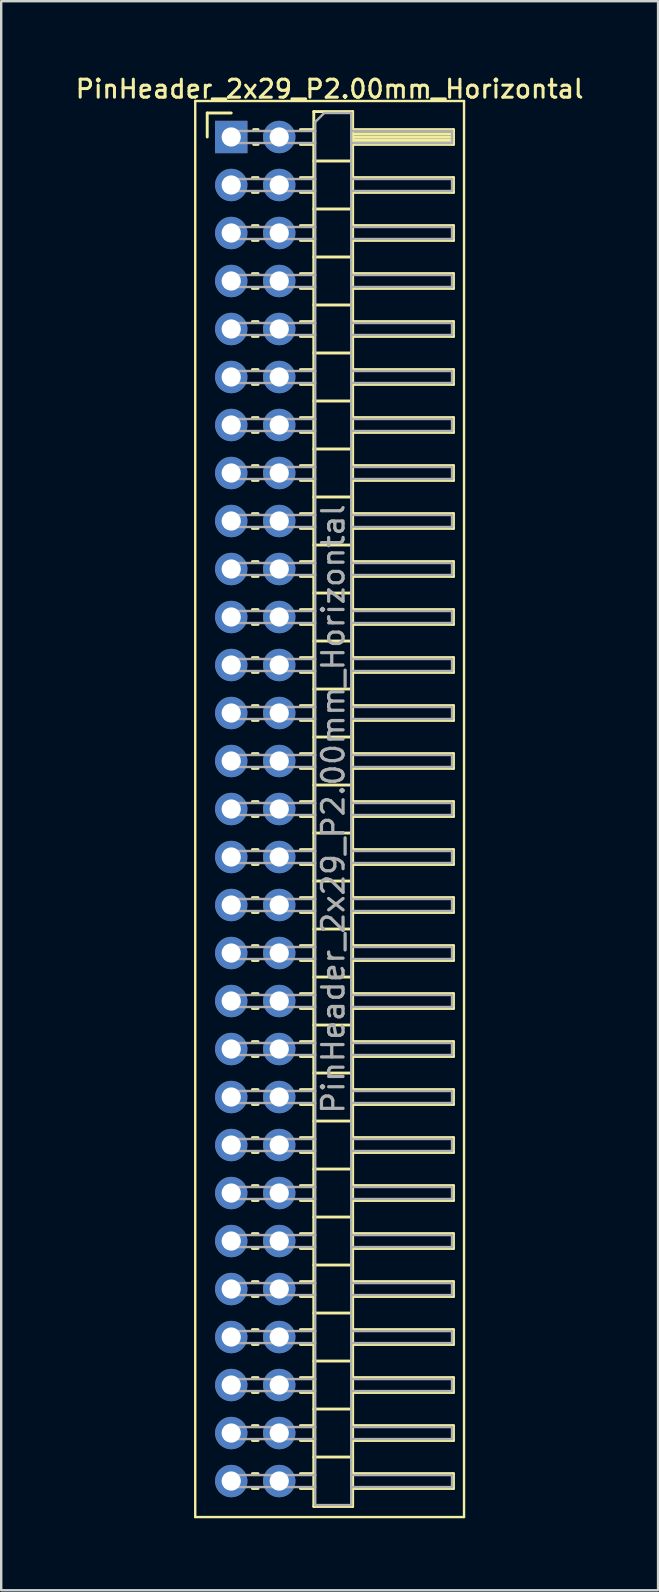
<source format=kicad_pcb>
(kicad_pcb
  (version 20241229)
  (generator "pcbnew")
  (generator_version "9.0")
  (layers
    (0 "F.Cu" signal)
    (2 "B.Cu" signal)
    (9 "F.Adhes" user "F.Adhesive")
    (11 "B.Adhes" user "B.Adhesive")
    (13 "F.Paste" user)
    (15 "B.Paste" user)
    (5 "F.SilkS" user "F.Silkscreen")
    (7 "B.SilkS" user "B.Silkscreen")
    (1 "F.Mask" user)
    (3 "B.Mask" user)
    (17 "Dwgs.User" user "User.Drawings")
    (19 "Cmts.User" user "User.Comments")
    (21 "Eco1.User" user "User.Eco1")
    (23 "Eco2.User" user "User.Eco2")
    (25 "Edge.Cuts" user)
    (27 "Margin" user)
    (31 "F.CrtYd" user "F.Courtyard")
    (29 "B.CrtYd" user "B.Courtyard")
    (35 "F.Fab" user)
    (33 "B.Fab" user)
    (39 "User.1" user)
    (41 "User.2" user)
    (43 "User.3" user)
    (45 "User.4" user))
  (footprint "PinHeader_2x29_P2.00mm_Horizontal"
    (layer "F.Cu")
    (at 6.584 2.658)
    (property "Reference" "PinHeader_2x29_P2.00mm_Horizontal" (at 4.1 -2 0) (layer "F.SilkS") (effects (font (size 0.75 0.75) (thickness 0.125))))
    (attr through_hole)
    (fp_line (start -1.5 -1.5) (end -1.5 57.5) (stroke (width 0.1) (type solid)) (layer "F.SilkS"))
    (fp_line (start -1.5 57.5) (end 9.7 57.5) (stroke (width 0.1) (type solid)) (layer "F.SilkS"))
    (fp_line (start -1 -1) (end 0 -1) (stroke (width 0.12) (type solid)) (layer "F.SilkS"))
    (fp_line (start -1 0) (end -1 -1) (stroke (width 0.12) (type solid)) (layer "F.SilkS"))
    (fp_line (start 0.882 1.69) (end 1.118 1.69) (stroke (width 0.12) (type solid)) (layer "F.SilkS"))
    (fp_line (start 0.882 2.31) (end 1.118 2.31) (stroke (width 0.12) (type solid)) (layer "F.SilkS"))
    (fp_line (start 0.882 3.69) (end 1.118 3.69) (stroke (width 0.12) (type solid)) (layer "F.SilkS"))
    (fp_line (start 0.882 4.31) (end 1.118 4.31) (stroke (width 0.12) (type solid)) (layer "F.SilkS"))
    (fp_line (start 0.882 5.69) (end 1.118 5.69) (stroke (width 0.12) (type solid)) (layer "F.SilkS"))
    (fp_line (start 0.882 6.31) (end 1.118 6.31) (stroke (width 0.12) (type solid)) (layer "F.SilkS"))
    (fp_line (start 0.882 7.69) (end 1.118 7.69) (stroke (width 0.12) (type solid)) (layer "F.SilkS"))
    (fp_line (start 0.882 8.31) (end 1.118 8.31) (stroke (width 0.12) (type solid)) (layer "F.SilkS"))
    (fp_line (start 0.882 9.69) (end 1.118 9.69) (stroke (width 0.12) (type solid)) (layer "F.SilkS"))
    (fp_line (start 0.882 10.31) (end 1.118 10.31) (stroke (width 0.12) (type solid)) (layer "F.SilkS"))
    (fp_line (start 0.882 11.69) (end 1.118 11.69) (stroke (width 0.12) (type solid)) (layer "F.SilkS"))
    (fp_line (start 0.882 12.31) (end 1.118 12.31) (stroke (width 0.12) (type solid)) (layer "F.SilkS"))
    (fp_line (start 0.882 13.69) (end 1.118 13.69) (stroke (width 0.12) (type solid)) (layer "F.SilkS"))
    (fp_line (start 0.882 14.31) (end 1.118 14.31) (stroke (width 0.12) (type solid)) (layer "F.SilkS"))
    (fp_line (start 0.882 15.69) (end 1.118 15.69) (stroke (width 0.12) (type solid)) (layer "F.SilkS"))
    (fp_line (start 0.882 16.31) (end 1.118 16.31) (stroke (width 0.12) (type solid)) (layer "F.SilkS"))
    (fp_line (start 0.882 17.69) (end 1.118 17.69) (stroke (width 0.12) (type solid)) (layer "F.SilkS"))
    (fp_line (start 0.882 18.31) (end 1.118 18.31) (stroke (width 0.12) (type solid)) (layer "F.SilkS"))
    (fp_line (start 0.882 19.69) (end 1.118 19.69) (stroke (width 0.12) (type solid)) (layer "F.SilkS"))
    (fp_line (start 0.882 20.31) (end 1.118 20.31) (stroke (width 0.12) (type solid)) (layer "F.SilkS"))
    (fp_line (start 0.882 21.69) (end 1.118 21.69) (stroke (width 0.12) (type solid)) (layer "F.SilkS"))
    (fp_line (start 0.882 22.31) (end 1.118 22.31) (stroke (width 0.12) (type solid)) (layer "F.SilkS"))
    (fp_line (start 0.882 23.69) (end 1.118 23.69) (stroke (width 0.12) (type solid)) (layer "F.SilkS"))
    (fp_line (start 0.882 24.31) (end 1.118 24.31) (stroke (width 0.12) (type solid)) (layer "F.SilkS"))
    (fp_line (start 0.882 25.69) (end 1.118 25.69) (stroke (width 0.12) (type solid)) (layer "F.SilkS"))
    (fp_line (start 0.882 26.31) (end 1.118 26.31) (stroke (width 0.12) (type solid)) (layer "F.SilkS"))
    (fp_line (start 0.882 27.69) (end 1.118 27.69) (stroke (width 0.12) (type solid)) (layer "F.SilkS"))
    (fp_line (start 0.882 28.31) (end 1.118 28.31) (stroke (width 0.12) (type solid)) (layer "F.SilkS"))
    (fp_line (start 0.882 29.69) (end 1.118 29.69) (stroke (width 0.12) (type solid)) (layer "F.SilkS"))
    (fp_line (start 0.882 30.31) (end 1.118 30.31) (stroke (width 0.12) (type solid)) (layer "F.SilkS"))
    (fp_line (start 0.882 31.69) (end 1.118 31.69) (stroke (width 0.12) (type solid)) (layer "F.SilkS"))
    (fp_line (start 0.882 32.31) (end 1.118 32.31) (stroke (width 0.12) (type solid)) (layer "F.SilkS"))
    (fp_line (start 0.882 33.69) (end 1.118 33.69) (stroke (width 0.12) (type solid)) (layer "F.SilkS"))
    (fp_line (start 0.882 34.31) (end 1.118 34.31) (stroke (width 0.12) (type solid)) (layer "F.SilkS"))
    (fp_line (start 0.882 35.69) (end 1.118 35.69) (stroke (width 0.12) (type solid)) (layer "F.SilkS"))
    (fp_line (start 0.882 36.31) (end 1.118 36.31) (stroke (width 0.12) (type solid)) (layer "F.SilkS"))
    (fp_line (start 0.882 37.69) (end 1.118 37.69) (stroke (width 0.12) (type solid)) (layer "F.SilkS"))
    (fp_line (start 0.882 38.31) (end 1.118 38.31) (stroke (width 0.12) (type solid)) (layer "F.SilkS"))
    (fp_line (start 0.882 39.69) (end 1.118 39.69) (stroke (width 0.12) (type solid)) (layer "F.SilkS"))
    (fp_line (start 0.882 40.31) (end 1.118 40.31) (stroke (width 0.12) (type solid)) (layer "F.SilkS"))
    (fp_line (start 0.882 41.69) (end 1.118 41.69) (stroke (width 0.12) (type solid)) (layer "F.SilkS"))
    (fp_line (start 0.882 42.31) (end 1.118 42.31) (stroke (width 0.12) (type solid)) (layer "F.SilkS"))
    (fp_line (start 0.882 43.69) (end 1.118 43.69) (stroke (width 0.12) (type solid)) (layer "F.SilkS"))
    (fp_line (start 0.882 44.31) (end 1.118 44.31) (stroke (width 0.12) (type solid)) (layer "F.SilkS"))
    (fp_line (start 0.882 45.69) (end 1.118 45.69) (stroke (width 0.12) (type solid)) (layer "F.SilkS"))
    (fp_line (start 0.882 46.31) (end 1.118 46.31) (stroke (width 0.12) (type solid)) (layer "F.SilkS"))
    (fp_line (start 0.882 47.69) (end 1.118 47.69) (stroke (width 0.12) (type solid)) (layer "F.SilkS"))
    (fp_line (start 0.882 48.31) (end 1.118 48.31) (stroke (width 0.12) (type solid)) (layer "F.SilkS"))
    (fp_line (start 0.882 49.69) (end 1.118 49.69) (stroke (width 0.12) (type solid)) (layer "F.SilkS"))
    (fp_line (start 0.882 50.31) (end 1.118 50.31) (stroke (width 0.12) (type solid)) (layer "F.SilkS"))
    (fp_line (start 0.882 51.69) (end 1.118 51.69) (stroke (width 0.12) (type solid)) (layer "F.SilkS"))
    (fp_line (start 0.882 52.31) (end 1.118 52.31) (stroke (width 0.12) (type solid)) (layer "F.SilkS"))
    (fp_line (start 0.882 53.69) (end 1.118 53.69) (stroke (width 0.12) (type solid)) (layer "F.SilkS"))
    (fp_line (start 0.882 54.31) (end 1.118 54.31) (stroke (width 0.12) (type solid)) (layer "F.SilkS"))
    (fp_line (start 0.882 55.69) (end 1.118 55.69) (stroke (width 0.12) (type solid)) (layer "F.SilkS"))
    (fp_line (start 0.882 56.31) (end 1.118 56.31) (stroke (width 0.12) (type solid)) (layer "F.SilkS"))
    (fp_line (start 0.935 -0.31) (end 1.118 -0.31) (stroke (width 0.12) (type solid)) (layer "F.SilkS"))
    (fp_line (start 0.935 0.31) (end 1.118 0.31) (stroke (width 0.12) (type solid)) (layer "F.SilkS"))
    (fp_line (start 2.882 -0.31) (end 3.44 -0.31) (stroke (width 0.12) (type solid)) (layer "F.SilkS"))
    (fp_line (start 2.882 0.31) (end 3.44 0.31) (stroke (width 0.12) (type solid)) (layer "F.SilkS"))
    (fp_line (start 2.882 1.69) (end 3.44 1.69) (stroke (width 0.12) (type solid)) (layer "F.SilkS"))
    (fp_line (start 2.882 2.31) (end 3.44 2.31) (stroke (width 0.12) (type solid)) (layer "F.SilkS"))
    (fp_line (start 2.882 3.69) (end 3.44 3.69) (stroke (width 0.12) (type solid)) (layer "F.SilkS"))
    (fp_line (start 2.882 4.31) (end 3.44 4.31) (stroke (width 0.12) (type solid)) (layer "F.SilkS"))
    (fp_line (start 2.882 5.69) (end 3.44 5.69) (stroke (width 0.12) (type solid)) (layer "F.SilkS"))
    (fp_line (start 2.882 6.31) (end 3.44 6.31) (stroke (width 0.12) (type solid)) (layer "F.SilkS"))
    (fp_line (start 2.882 7.69) (end 3.44 7.69) (stroke (width 0.12) (type solid)) (layer "F.SilkS"))
    (fp_line (start 2.882 8.31) (end 3.44 8.31) (stroke (width 0.12) (type solid)) (layer "F.SilkS"))
    (fp_line (start 2.882 9.69) (end 3.44 9.69) (stroke (width 0.12) (type solid)) (layer "F.SilkS"))
    (fp_line (start 2.882 10.31) (end 3.44 10.31) (stroke (width 0.12) (type solid)) (layer "F.SilkS"))
    (fp_line (start 2.882 11.69) (end 3.44 11.69) (stroke (width 0.12) (type solid)) (layer "F.SilkS"))
    (fp_line (start 2.882 12.31) (end 3.44 12.31) (stroke (width 0.12) (type solid)) (layer "F.SilkS"))
    (fp_line (start 2.882 13.69) (end 3.44 13.69) (stroke (width 0.12) (type solid)) (layer "F.SilkS"))
    (fp_line (start 2.882 14.31) (end 3.44 14.31) (stroke (width 0.12) (type solid)) (layer "F.SilkS"))
    (fp_line (start 2.882 15.69) (end 3.44 15.69) (stroke (width 0.12) (type solid)) (layer "F.SilkS"))
    (fp_line (start 2.882 16.31) (end 3.44 16.31) (stroke (width 0.12) (type solid)) (layer "F.SilkS"))
    (fp_line (start 2.882 17.69) (end 3.44 17.69) (stroke (width 0.12) (type solid)) (layer "F.SilkS"))
    (fp_line (start 2.882 18.31) (end 3.44 18.31) (stroke (width 0.12) (type solid)) (layer "F.SilkS"))
    (fp_line (start 2.882 19.69) (end 3.44 19.69) (stroke (width 0.12) (type solid)) (layer "F.SilkS"))
    (fp_line (start 2.882 20.31) (end 3.44 20.31) (stroke (width 0.12) (type solid)) (layer "F.SilkS"))
    (fp_line (start 2.882 21.69) (end 3.44 21.69) (stroke (width 0.12) (type solid)) (layer "F.SilkS"))
    (fp_line (start 2.882 22.31) (end 3.44 22.31) (stroke (width 0.12) (type solid)) (layer "F.SilkS"))
    (fp_line (start 2.882 23.69) (end 3.44 23.69) (stroke (width 0.12) (type solid)) (layer "F.SilkS"))
    (fp_line (start 2.882 24.31) (end 3.44 24.31) (stroke (width 0.12) (type solid)) (layer "F.SilkS"))
    (fp_line (start 2.882 25.69) (end 3.44 25.69) (stroke (width 0.12) (type solid)) (layer "F.SilkS"))
    (fp_line (start 2.882 26.31) (end 3.44 26.31) (stroke (width 0.12) (type solid)) (layer "F.SilkS"))
    (fp_line (start 2.882 27.69) (end 3.44 27.69) (stroke (width 0.12) (type solid)) (layer "F.SilkS"))
    (fp_line (start 2.882 28.31) (end 3.44 28.31) (stroke (width 0.12) (type solid)) (layer "F.SilkS"))
    (fp_line (start 2.882 29.69) (end 3.44 29.69) (stroke (width 0.12) (type solid)) (layer "F.SilkS"))
    (fp_line (start 2.882 30.31) (end 3.44 30.31) (stroke (width 0.12) (type solid)) (layer "F.SilkS"))
    (fp_line (start 2.882 31.69) (end 3.44 31.69) (stroke (width 0.12) (type solid)) (layer "F.SilkS"))
    (fp_line (start 2.882 32.31) (end 3.44 32.31) (stroke (width 0.12) (type solid)) (layer "F.SilkS"))
    (fp_line (start 2.882 33.69) (end 3.44 33.69) (stroke (width 0.12) (type solid)) (layer "F.SilkS"))
    (fp_line (start 2.882 34.31) (end 3.44 34.31) (stroke (width 0.12) (type solid)) (layer "F.SilkS"))
    (fp_line (start 2.882 35.69) (end 3.44 35.69) (stroke (width 0.12) (type solid)) (layer "F.SilkS"))
    (fp_line (start 2.882 36.31) (end 3.44 36.31) (stroke (width 0.12) (type solid)) (layer "F.SilkS"))
    (fp_line (start 2.882 37.69) (end 3.44 37.69) (stroke (width 0.12) (type solid)) (layer "F.SilkS"))
    (fp_line (start 2.882 38.31) (end 3.44 38.31) (stroke (width 0.12) (type solid)) (layer "F.SilkS"))
    (fp_line (start 2.882 39.69) (end 3.44 39.69) (stroke (width 0.12) (type solid)) (layer "F.SilkS"))
    (fp_line (start 2.882 40.31) (end 3.44 40.31) (stroke (width 0.12) (type solid)) (layer "F.SilkS"))
    (fp_line (start 2.882 41.69) (end 3.44 41.69) (stroke (width 0.12) (type solid)) (layer "F.SilkS"))
    (fp_line (start 2.882 42.31) (end 3.44 42.31) (stroke (width 0.12) (type solid)) (layer "F.SilkS"))
    (fp_line (start 2.882 43.69) (end 3.44 43.69) (stroke (width 0.12) (type solid)) (layer "F.SilkS"))
    (fp_line (start 2.882 44.31) (end 3.44 44.31) (stroke (width 0.12) (type solid)) (layer "F.SilkS"))
    (fp_line (start 2.882 45.69) (end 3.44 45.69) (stroke (width 0.12) (type solid)) (layer "F.SilkS"))
    (fp_line (start 2.882 46.31) (end 3.44 46.31) (stroke (width 0.12) (type solid)) (layer "F.SilkS"))
    (fp_line (start 2.882 47.69) (end 3.44 47.69) (stroke (width 0.12) (type solid)) (layer "F.SilkS"))
    (fp_line (start 2.882 48.31) (end 3.44 48.31) (stroke (width 0.12) (type solid)) (layer "F.SilkS"))
    (fp_line (start 2.882 49.69) (end 3.44 49.69) (stroke (width 0.12) (type solid)) (layer "F.SilkS"))
    (fp_line (start 2.882 50.31) (end 3.44 50.31) (stroke (width 0.12) (type solid)) (layer "F.SilkS"))
    (fp_line (start 2.882 51.69) (end 3.44 51.69) (stroke (width 0.12) (type solid)) (layer "F.SilkS"))
    (fp_line (start 2.882 52.31) (end 3.44 52.31) (stroke (width 0.12) (type solid)) (layer "F.SilkS"))
    (fp_line (start 2.882 53.69) (end 3.44 53.69) (stroke (width 0.12) (type solid)) (layer "F.SilkS"))
    (fp_line (start 2.882 54.31) (end 3.44 54.31) (stroke (width 0.12) (type solid)) (layer "F.SilkS"))
    (fp_line (start 2.882 55.69) (end 3.44 55.69) (stroke (width 0.12) (type solid)) (layer "F.SilkS"))
    (fp_line (start 2.882 56.31) (end 3.44 56.31) (stroke (width 0.12) (type solid)) (layer "F.SilkS"))
    (fp_line (start 3.44 -1.06) (end 3.44 57.06) (stroke (width 0.12) (type solid)) (layer "F.SilkS"))
    (fp_line (start 3.44 1) (end 5.06 1) (stroke (width 0.12) (type solid)) (layer "F.SilkS"))
    (fp_line (start 3.44 3) (end 5.06 3) (stroke (width 0.12) (type solid)) (layer "F.SilkS"))
    (fp_line (start 3.44 5) (end 5.06 5) (stroke (width 0.12) (type solid)) (layer "F.SilkS"))
    (fp_line (start 3.44 7) (end 5.06 7) (stroke (width 0.12) (type solid)) (layer "F.SilkS"))
    (fp_line (start 3.44 9) (end 5.06 9) (stroke (width 0.12) (type solid)) (layer "F.SilkS"))
    (fp_line (start 3.44 11) (end 5.06 11) (stroke (width 0.12) (type solid)) (layer "F.SilkS"))
    (fp_line (start 3.44 13) (end 5.06 13) (stroke (width 0.12) (type solid)) (layer "F.SilkS"))
    (fp_line (start 3.44 15) (end 5.06 15) (stroke (width 0.12) (type solid)) (layer "F.SilkS"))
    (fp_line (start 3.44 17) (end 5.06 17) (stroke (width 0.12) (type solid)) (layer "F.SilkS"))
    (fp_line (start 3.44 19) (end 5.06 19) (stroke (width 0.12) (type solid)) (layer "F.SilkS"))
    (fp_line (start 3.44 21) (end 5.06 21) (stroke (width 0.12) (type solid)) (layer "F.SilkS"))
    (fp_line (start 3.44 23) (end 5.06 23) (stroke (width 0.12) (type solid)) (layer "F.SilkS"))
    (fp_line (start 3.44 25) (end 5.06 25) (stroke (width 0.12) (type solid)) (layer "F.SilkS"))
    (fp_line (start 3.44 27) (end 5.06 27) (stroke (width 0.12) (type solid)) (layer "F.SilkS"))
    (fp_line (start 3.44 29) (end 5.06 29) (stroke (width 0.12) (type solid)) (layer "F.SilkS"))
    (fp_line (start 3.44 31) (end 5.06 31) (stroke (width 0.12) (type solid)) (layer "F.SilkS"))
    (fp_line (start 3.44 33) (end 5.06 33) (stroke (width 0.12) (type solid)) (layer "F.SilkS"))
    (fp_line (start 3.44 35) (end 5.06 35) (stroke (width 0.12) (type solid)) (layer "F.SilkS"))
    (fp_line (start 3.44 37) (end 5.06 37) (stroke (width 0.12) (type solid)) (layer "F.SilkS"))
    (fp_line (start 3.44 39) (end 5.06 39) (stroke (width 0.12) (type solid)) (layer "F.SilkS"))
    (fp_line (start 3.44 41) (end 5.06 41) (stroke (width 0.12) (type solid)) (layer "F.SilkS"))
    (fp_line (start 3.44 43) (end 5.06 43) (stroke (width 0.12) (type solid)) (layer "F.SilkS"))
    (fp_line (start 3.44 45) (end 5.06 45) (stroke (width 0.12) (type solid)) (layer "F.SilkS"))
    (fp_line (start 3.44 47) (end 5.06 47) (stroke (width 0.12) (type solid)) (layer "F.SilkS"))
    (fp_line (start 3.44 49) (end 5.06 49) (stroke (width 0.12) (type solid)) (layer "F.SilkS"))
    (fp_line (start 3.44 51) (end 5.06 51) (stroke (width 0.12) (type solid)) (layer "F.SilkS"))
    (fp_line (start 3.44 53) (end 5.06 53) (stroke (width 0.12) (type solid)) (layer "F.SilkS"))
    (fp_line (start 3.44 55) (end 5.06 55) (stroke (width 0.12) (type solid)) (layer "F.SilkS"))
    (fp_line (start 3.44 57.06) (end 5.06 57.06) (stroke (width 0.12) (type solid)) (layer "F.SilkS"))
    (fp_line (start 5.06 -1.06) (end 3.44 -1.06) (stroke (width 0.12) (type solid)) (layer "F.SilkS"))
    (fp_line (start 5.06 -0.31) (end 9.26 -0.31) (stroke (width 0.12) (type solid)) (layer "F.SilkS"))
    (fp_line (start 5.06 -0.25) (end 9.26 -0.25) (stroke (width 0.12) (type solid)) (layer "F.SilkS"))
    (fp_line (start 5.06 -0.13) (end 9.26 -0.13) (stroke (width 0.12) (type solid)) (layer "F.SilkS"))
    (fp_line (start 5.06 -0.01) (end 9.26 -0.01) (stroke (width 0.12) (type solid)) (layer "F.SilkS"))
    (fp_line (start 5.06 0.11) (end 9.26 0.11) (stroke (width 0.12) (type solid)) (layer "F.SilkS"))
    (fp_line (start 5.06 0.23) (end 9.26 0.23) (stroke (width 0.12) (type solid)) (layer "F.SilkS"))
    (fp_line (start 5.06 1.69) (end 9.26 1.69) (stroke (width 0.12) (type solid)) (layer "F.SilkS"))
    (fp_line (start 5.06 3.69) (end 9.26 3.69) (stroke (width 0.12) (type solid)) (layer "F.SilkS"))
    (fp_line (start 5.06 5.69) (end 9.26 5.69) (stroke (width 0.12) (type solid)) (layer "F.SilkS"))
    (fp_line (start 5.06 7.69) (end 9.26 7.69) (stroke (width 0.12) (type solid)) (layer "F.SilkS"))
    (fp_line (start 5.06 9.69) (end 9.26 9.69) (stroke (width 0.12) (type solid)) (layer "F.SilkS"))
    (fp_line (start 5.06 11.69) (end 9.26 11.69) (stroke (width 0.12) (type solid)) (layer "F.SilkS"))
    (fp_line (start 5.06 13.69) (end 9.26 13.69) (stroke (width 0.12) (type solid)) (layer "F.SilkS"))
    (fp_line (start 5.06 15.69) (end 9.26 15.69) (stroke (width 0.12) (type solid)) (layer "F.SilkS"))
    (fp_line (start 5.06 17.69) (end 9.26 17.69) (stroke (width 0.12) (type solid)) (layer "F.SilkS"))
    (fp_line (start 5.06 19.69) (end 9.26 19.69) (stroke (width 0.12) (type solid)) (layer "F.SilkS"))
    (fp_line (start 5.06 21.69) (end 9.26 21.69) (stroke (width 0.12) (type solid)) (layer "F.SilkS"))
    (fp_line (start 5.06 23.69) (end 9.26 23.69) (stroke (width 0.12) (type solid)) (layer "F.SilkS"))
    (fp_line (start 5.06 25.69) (end 9.26 25.69) (stroke (width 0.12) (type solid)) (layer "F.SilkS"))
    (fp_line (start 5.06 27.69) (end 9.26 27.69) (stroke (width 0.12) (type solid)) (layer "F.SilkS"))
    (fp_line (start 5.06 29.69) (end 9.26 29.69) (stroke (width 0.12) (type solid)) (layer "F.SilkS"))
    (fp_line (start 5.06 31.69) (end 9.26 31.69) (stroke (width 0.12) (type solid)) (layer "F.SilkS"))
    (fp_line (start 5.06 33.69) (end 9.26 33.69) (stroke (width 0.12) (type solid)) (layer "F.SilkS"))
    (fp_line (start 5.06 35.69) (end 9.26 35.69) (stroke (width 0.12) (type solid)) (layer "F.SilkS"))
    (fp_line (start 5.06 37.69) (end 9.26 37.69) (stroke (width 0.12) (type solid)) (layer "F.SilkS"))
    (fp_line (start 5.06 39.69) (end 9.26 39.69) (stroke (width 0.12) (type solid)) (layer "F.SilkS"))
    (fp_line (start 5.06 41.69) (end 9.26 41.69) (stroke (width 0.12) (type solid)) (layer "F.SilkS"))
    (fp_line (start 5.06 43.69) (end 9.26 43.69) (stroke (width 0.12) (type solid)) (layer "F.SilkS"))
    (fp_line (start 5.06 45.69) (end 9.26 45.69) (stroke (width 0.12) (type solid)) (layer "F.SilkS"))
    (fp_line (start 5.06 47.69) (end 9.26 47.69) (stroke (width 0.12) (type solid)) (layer "F.SilkS"))
    (fp_line (start 5.06 49.69) (end 9.26 49.69) (stroke (width 0.12) (type solid)) (layer "F.SilkS"))
    (fp_line (start 5.06 51.69) (end 9.26 51.69) (stroke (width 0.12) (type solid)) (layer "F.SilkS"))
    (fp_line (start 5.06 53.69) (end 9.26 53.69) (stroke (width 0.12) (type solid)) (layer "F.SilkS"))
    (fp_line (start 5.06 55.69) (end 9.26 55.69) (stroke (width 0.12) (type solid)) (layer "F.SilkS"))
    (fp_line (start 5.06 57.06) (end 5.06 -1.06) (stroke (width 0.12) (type solid)) (layer "F.SilkS"))
    (fp_line (start 9.26 -0.31) (end 9.26 0.31) (stroke (width 0.12) (type solid)) (layer "F.SilkS"))
    (fp_line (start 9.26 0.31) (end 5.06 0.31) (stroke (width 0.12) (type solid)) (layer "F.SilkS"))
    (fp_line (start 9.26 1.69) (end 9.26 2.31) (stroke (width 0.12) (type solid)) (layer "F.SilkS"))
    (fp_line (start 9.26 2.31) (end 5.06 2.31) (stroke (width 0.12) (type solid)) (layer "F.SilkS"))
    (fp_line (start 9.26 3.69) (end 9.26 4.31) (stroke (width 0.12) (type solid)) (layer "F.SilkS"))
    (fp_line (start 9.26 4.31) (end 5.06 4.31) (stroke (width 0.12) (type solid)) (layer "F.SilkS"))
    (fp_line (start 9.26 5.69) (end 9.26 6.31) (stroke (width 0.12) (type solid)) (layer "F.SilkS"))
    (fp_line (start 9.26 6.31) (end 5.06 6.31) (stroke (width 0.12) (type solid)) (layer "F.SilkS"))
    (fp_line (start 9.26 7.69) (end 9.26 8.31) (stroke (width 0.12) (type solid)) (layer "F.SilkS"))
    (fp_line (start 9.26 8.31) (end 5.06 8.31) (stroke (width 0.12) (type solid)) (layer "F.SilkS"))
    (fp_line (start 9.26 9.69) (end 9.26 10.31) (stroke (width 0.12) (type solid)) (layer "F.SilkS"))
    (fp_line (start 9.26 10.31) (end 5.06 10.31) (stroke (width 0.12) (type solid)) (layer "F.SilkS"))
    (fp_line (start 9.26 11.69) (end 9.26 12.31) (stroke (width 0.12) (type solid)) (layer "F.SilkS"))
    (fp_line (start 9.26 12.31) (end 5.06 12.31) (stroke (width 0.12) (type solid)) (layer "F.SilkS"))
    (fp_line (start 9.26 13.69) (end 9.26 14.31) (stroke (width 0.12) (type solid)) (layer "F.SilkS"))
    (fp_line (start 9.26 14.31) (end 5.06 14.31) (stroke (width 0.12) (type solid)) (layer "F.SilkS"))
    (fp_line (start 9.26 15.69) (end 9.26 16.31) (stroke (width 0.12) (type solid)) (layer "F.SilkS"))
    (fp_line (start 9.26 16.31) (end 5.06 16.31) (stroke (width 0.12) (type solid)) (layer "F.SilkS"))
    (fp_line (start 9.26 17.69) (end 9.26 18.31) (stroke (width 0.12) (type solid)) (layer "F.SilkS"))
    (fp_line (start 9.26 18.31) (end 5.06 18.31) (stroke (width 0.12) (type solid)) (layer "F.SilkS"))
    (fp_line (start 9.26 19.69) (end 9.26 20.31) (stroke (width 0.12) (type solid)) (layer "F.SilkS"))
    (fp_line (start 9.26 20.31) (end 5.06 20.31) (stroke (width 0.12) (type solid)) (layer "F.SilkS"))
    (fp_line (start 9.26 21.69) (end 9.26 22.31) (stroke (width 0.12) (type solid)) (layer "F.SilkS"))
    (fp_line (start 9.26 22.31) (end 5.06 22.31) (stroke (width 0.12) (type solid)) (layer "F.SilkS"))
    (fp_line (start 9.26 23.69) (end 9.26 24.31) (stroke (width 0.12) (type solid)) (layer "F.SilkS"))
    (fp_line (start 9.26 24.31) (end 5.06 24.31) (stroke (width 0.12) (type solid)) (layer "F.SilkS"))
    (fp_line (start 9.26 25.69) (end 9.26 26.31) (stroke (width 0.12) (type solid)) (layer "F.SilkS"))
    (fp_line (start 9.26 26.31) (end 5.06 26.31) (stroke (width 0.12) (type solid)) (layer "F.SilkS"))
    (fp_line (start 9.26 27.69) (end 9.26 28.31) (stroke (width 0.12) (type solid)) (layer "F.SilkS"))
    (fp_line (start 9.26 28.31) (end 5.06 28.31) (stroke (width 0.12) (type solid)) (layer "F.SilkS"))
    (fp_line (start 9.26 29.69) (end 9.26 30.31) (stroke (width 0.12) (type solid)) (layer "F.SilkS"))
    (fp_line (start 9.26 30.31) (end 5.06 30.31) (stroke (width 0.12) (type solid)) (layer "F.SilkS"))
    (fp_line (start 9.26 31.69) (end 9.26 32.31) (stroke (width 0.12) (type solid)) (layer "F.SilkS"))
    (fp_line (start 9.26 32.31) (end 5.06 32.31) (stroke (width 0.12) (type solid)) (layer "F.SilkS"))
    (fp_line (start 9.26 33.69) (end 9.26 34.31) (stroke (width 0.12) (type solid)) (layer "F.SilkS"))
    (fp_line (start 9.26 34.31) (end 5.06 34.31) (stroke (width 0.12) (type solid)) (layer "F.SilkS"))
    (fp_line (start 9.26 35.69) (end 9.26 36.31) (stroke (width 0.12) (type solid)) (layer "F.SilkS"))
    (fp_line (start 9.26 36.31) (end 5.06 36.31) (stroke (width 0.12) (type solid)) (layer "F.SilkS"))
    (fp_line (start 9.26 37.69) (end 9.26 38.31) (stroke (width 0.12) (type solid)) (layer "F.SilkS"))
    (fp_line (start 9.26 38.31) (end 5.06 38.31) (stroke (width 0.12) (type solid)) (layer "F.SilkS"))
    (fp_line (start 9.26 39.69) (end 9.26 40.31) (stroke (width 0.12) (type solid)) (layer "F.SilkS"))
    (fp_line (start 9.26 40.31) (end 5.06 40.31) (stroke (width 0.12) (type solid)) (layer "F.SilkS"))
    (fp_line (start 9.26 41.69) (end 9.26 42.31) (stroke (width 0.12) (type solid)) (layer "F.SilkS"))
    (fp_line (start 9.26 42.31) (end 5.06 42.31) (stroke (width 0.12) (type solid)) (layer "F.SilkS"))
    (fp_line (start 9.26 43.69) (end 9.26 44.31) (stroke (width 0.12) (type solid)) (layer "F.SilkS"))
    (fp_line (start 9.26 44.31) (end 5.06 44.31) (stroke (width 0.12) (type solid)) (layer "F.SilkS"))
    (fp_line (start 9.26 45.69) (end 9.26 46.31) (stroke (width 0.12) (type solid)) (layer "F.SilkS"))
    (fp_line (start 9.26 46.31) (end 5.06 46.31) (stroke (width 0.12) (type solid)) (layer "F.SilkS"))
    (fp_line (start 9.26 47.69) (end 9.26 48.31) (stroke (width 0.12) (type solid)) (layer "F.SilkS"))
    (fp_line (start 9.26 48.31) (end 5.06 48.31) (stroke (width 0.12) (type solid)) (layer "F.SilkS"))
    (fp_line (start 9.26 49.69) (end 9.26 50.31) (stroke (width 0.12) (type solid)) (layer "F.SilkS"))
    (fp_line (start 9.26 50.31) (end 5.06 50.31) (stroke (width 0.12) (type solid)) (layer "F.SilkS"))
    (fp_line (start 9.26 51.69) (end 9.26 52.31) (stroke (width 0.12) (type solid)) (layer "F.SilkS"))
    (fp_line (start 9.26 52.31) (end 5.06 52.31) (stroke (width 0.12) (type solid)) (layer "F.SilkS"))
    (fp_line (start 9.26 53.69) (end 9.26 54.31) (stroke (width 0.12) (type solid)) (layer "F.SilkS"))
    (fp_line (start 9.26 54.31) (end 5.06 54.31) (stroke (width 0.12) (type solid)) (layer "F.SilkS"))
    (fp_line (start 9.26 55.69) (end 9.26 56.31) (stroke (width 0.12) (type solid)) (layer "F.SilkS"))
    (fp_line (start 9.26 56.31) (end 5.06 56.31) (stroke (width 0.12) (type solid)) (layer "F.SilkS"))
    (fp_line (start 9.7 -1.5) (end -1.5 -1.5) (stroke (width 0.1) (type solid)) (layer "F.SilkS"))
    (fp_line (start 9.7 57.5) (end 9.7 -1.5) (stroke (width 0.1) (type solid)) (layer "F.SilkS"))
    (fp_line (start -0.25 -0.25) (end -0.25 0.25) (stroke (width 0.1) (type solid)) (layer "F.Fab"))
    (fp_line (start -0.25 -0.25) (end 3.5 -0.25) (stroke (width 0.1) (type solid)) (layer "F.Fab"))
    (fp_line (start -0.25 0.25) (end 3.5 0.25) (stroke (width 0.1) (type solid)) (layer "F.Fab"))
    (fp_line (start -0.25 1.75) (end -0.25 2.25) (stroke (width 0.1) (type solid)) (layer "F.Fab"))
    (fp_line (start -0.25 1.75) (end 3.5 1.75) (stroke (width 0.1) (type solid)) (layer "F.Fab"))
    (fp_line (start -0.25 2.25) (end 3.5 2.25) (stroke (width 0.1) (type solid)) (layer "F.Fab"))
    (fp_line (start -0.25 3.75) (end -0.25 4.25) (stroke (width 0.1) (type solid)) (layer "F.Fab"))
    (fp_line (start -0.25 3.75) (end 3.5 3.75) (stroke (width 0.1) (type solid)) (layer "F.Fab"))
    (fp_line (start -0.25 4.25) (end 3.5 4.25) (stroke (width 0.1) (type solid)) (layer "F.Fab"))
    (fp_line (start -0.25 5.75) (end -0.25 6.25) (stroke (width 0.1) (type solid)) (layer "F.Fab"))
    (fp_line (start -0.25 5.75) (end 3.5 5.75) (stroke (width 0.1) (type solid)) (layer "F.Fab"))
    (fp_line (start -0.25 6.25) (end 3.5 6.25) (stroke (width 0.1) (type solid)) (layer "F.Fab"))
    (fp_line (start -0.25 7.75) (end -0.25 8.25) (stroke (width 0.1) (type solid)) (layer "F.Fab"))
    (fp_line (start -0.25 7.75) (end 3.5 7.75) (stroke (width 0.1) (type solid)) (layer "F.Fab"))
    (fp_line (start -0.25 8.25) (end 3.5 8.25) (stroke (width 0.1) (type solid)) (layer "F.Fab"))
    (fp_line (start -0.25 9.75) (end -0.25 10.25) (stroke (width 0.1) (type solid)) (layer "F.Fab"))
    (fp_line (start -0.25 9.75) (end 3.5 9.75) (stroke (width 0.1) (type solid)) (layer "F.Fab"))
    (fp_line (start -0.25 10.25) (end 3.5 10.25) (stroke (width 0.1) (type solid)) (layer "F.Fab"))
    (fp_line (start -0.25 11.75) (end -0.25 12.25) (stroke (width 0.1) (type solid)) (layer "F.Fab"))
    (fp_line (start -0.25 11.75) (end 3.5 11.75) (stroke (width 0.1) (type solid)) (layer "F.Fab"))
    (fp_line (start -0.25 12.25) (end 3.5 12.25) (stroke (width 0.1) (type solid)) (layer "F.Fab"))
    (fp_line (start -0.25 13.75) (end -0.25 14.25) (stroke (width 0.1) (type solid)) (layer "F.Fab"))
    (fp_line (start -0.25 13.75) (end 3.5 13.75) (stroke (width 0.1) (type solid)) (layer "F.Fab"))
    (fp_line (start -0.25 14.25) (end 3.5 14.25) (stroke (width 0.1) (type solid)) (layer "F.Fab"))
    (fp_line (start -0.25 15.75) (end -0.25 16.25) (stroke (width 0.1) (type solid)) (layer "F.Fab"))
    (fp_line (start -0.25 15.75) (end 3.5 15.75) (stroke (width 0.1) (type solid)) (layer "F.Fab"))
    (fp_line (start -0.25 16.25) (end 3.5 16.25) (stroke (width 0.1) (type solid)) (layer "F.Fab"))
    (fp_line (start -0.25 17.75) (end -0.25 18.25) (stroke (width 0.1) (type solid)) (layer "F.Fab"))
    (fp_line (start -0.25 17.75) (end 3.5 17.75) (stroke (width 0.1) (type solid)) (layer "F.Fab"))
    (fp_line (start -0.25 18.25) (end 3.5 18.25) (stroke (width 0.1) (type solid)) (layer "F.Fab"))
    (fp_line (start -0.25 19.75) (end -0.25 20.25) (stroke (width 0.1) (type solid)) (layer "F.Fab"))
    (fp_line (start -0.25 19.75) (end 3.5 19.75) (stroke (width 0.1) (type solid)) (layer "F.Fab"))
    (fp_line (start -0.25 20.25) (end 3.5 20.25) (stroke (width 0.1) (type solid)) (layer "F.Fab"))
    (fp_line (start -0.25 21.75) (end -0.25 22.25) (stroke (width 0.1) (type solid)) (layer "F.Fab"))
    (fp_line (start -0.25 21.75) (end 3.5 21.75) (stroke (width 0.1) (type solid)) (layer "F.Fab"))
    (fp_line (start -0.25 22.25) (end 3.5 22.25) (stroke (width 0.1) (type solid)) (layer "F.Fab"))
    (fp_line (start -0.25 23.75) (end -0.25 24.25) (stroke (width 0.1) (type solid)) (layer "F.Fab"))
    (fp_line (start -0.25 23.75) (end 3.5 23.75) (stroke (width 0.1) (type solid)) (layer "F.Fab"))
    (fp_line (start -0.25 24.25) (end 3.5 24.25) (stroke (width 0.1) (type solid)) (layer "F.Fab"))
    (fp_line (start -0.25 25.75) (end -0.25 26.25) (stroke (width 0.1) (type solid)) (layer "F.Fab"))
    (fp_line (start -0.25 25.75) (end 3.5 25.75) (stroke (width 0.1) (type solid)) (layer "F.Fab"))
    (fp_line (start -0.25 26.25) (end 3.5 26.25) (stroke (width 0.1) (type solid)) (layer "F.Fab"))
    (fp_line (start -0.25 27.75) (end -0.25 28.25) (stroke (width 0.1) (type solid)) (layer "F.Fab"))
    (fp_line (start -0.25 27.75) (end 3.5 27.75) (stroke (width 0.1) (type solid)) (layer "F.Fab"))
    (fp_line (start -0.25 28.25) (end 3.5 28.25) (stroke (width 0.1) (type solid)) (layer "F.Fab"))
    (fp_line (start -0.25 29.75) (end -0.25 30.25) (stroke (width 0.1) (type solid)) (layer "F.Fab"))
    (fp_line (start -0.25 29.75) (end 3.5 29.75) (stroke (width 0.1) (type solid)) (layer "F.Fab"))
    (fp_line (start -0.25 30.25) (end 3.5 30.25) (stroke (width 0.1) (type solid)) (layer "F.Fab"))
    (fp_line (start -0.25 31.75) (end -0.25 32.25) (stroke (width 0.1) (type solid)) (layer "F.Fab"))
    (fp_line (start -0.25 31.75) (end 3.5 31.75) (stroke (width 0.1) (type solid)) (layer "F.Fab"))
    (fp_line (start -0.25 32.25) (end 3.5 32.25) (stroke (width 0.1) (type solid)) (layer "F.Fab"))
    (fp_line (start -0.25 33.75) (end -0.25 34.25) (stroke (width 0.1) (type solid)) (layer "F.Fab"))
    (fp_line (start -0.25 33.75) (end 3.5 33.75) (stroke (width 0.1) (type solid)) (layer "F.Fab"))
    (fp_line (start -0.25 34.25) (end 3.5 34.25) (stroke (width 0.1) (type solid)) (layer "F.Fab"))
    (fp_line (start -0.25 35.75) (end -0.25 36.25) (stroke (width 0.1) (type solid)) (layer "F.Fab"))
    (fp_line (start -0.25 35.75) (end 3.5 35.75) (stroke (width 0.1) (type solid)) (layer "F.Fab"))
    (fp_line (start -0.25 36.25) (end 3.5 36.25) (stroke (width 0.1) (type solid)) (layer "F.Fab"))
    (fp_line (start -0.25 37.75) (end -0.25 38.25) (stroke (width 0.1) (type solid)) (layer "F.Fab"))
    (fp_line (start -0.25 37.75) (end 3.5 37.75) (stroke (width 0.1) (type solid)) (layer "F.Fab"))
    (fp_line (start -0.25 38.25) (end 3.5 38.25) (stroke (width 0.1) (type solid)) (layer "F.Fab"))
    (fp_line (start -0.25 39.75) (end -0.25 40.25) (stroke (width 0.1) (type solid)) (layer "F.Fab"))
    (fp_line (start -0.25 39.75) (end 3.5 39.75) (stroke (width 0.1) (type solid)) (layer "F.Fab"))
    (fp_line (start -0.25 40.25) (end 3.5 40.25) (stroke (width 0.1) (type solid)) (layer "F.Fab"))
    (fp_line (start -0.25 41.75) (end -0.25 42.25) (stroke (width 0.1) (type solid)) (layer "F.Fab"))
    (fp_line (start -0.25 41.75) (end 3.5 41.75) (stroke (width 0.1) (type solid)) (layer "F.Fab"))
    (fp_line (start -0.25 42.25) (end 3.5 42.25) (stroke (width 0.1) (type solid)) (layer "F.Fab"))
    (fp_line (start -0.25 43.75) (end -0.25 44.25) (stroke (width 0.1) (type solid)) (layer "F.Fab"))
    (fp_line (start -0.25 43.75) (end 3.5 43.75) (stroke (width 0.1) (type solid)) (layer "F.Fab"))
    (fp_line (start -0.25 44.25) (end 3.5 44.25) (stroke (width 0.1) (type solid)) (layer "F.Fab"))
    (fp_line (start -0.25 45.75) (end -0.25 46.25) (stroke (width 0.1) (type solid)) (layer "F.Fab"))
    (fp_line (start -0.25 45.75) (end 3.5 45.75) (stroke (width 0.1) (type solid)) (layer "F.Fab"))
    (fp_line (start -0.25 46.25) (end 3.5 46.25) (stroke (width 0.1) (type solid)) (layer "F.Fab"))
    (fp_line (start -0.25 47.75) (end -0.25 48.25) (stroke (width 0.1) (type solid)) (layer "F.Fab"))
    (fp_line (start -0.25 47.75) (end 3.5 47.75) (stroke (width 0.1) (type solid)) (layer "F.Fab"))
    (fp_line (start -0.25 48.25) (end 3.5 48.25) (stroke (width 0.1) (type solid)) (layer "F.Fab"))
    (fp_line (start -0.25 49.75) (end -0.25 50.25) (stroke (width 0.1) (type solid)) (layer "F.Fab"))
    (fp_line (start -0.25 49.75) (end 3.5 49.75) (stroke (width 0.1) (type solid)) (layer "F.Fab"))
    (fp_line (start -0.25 50.25) (end 3.5 50.25) (stroke (width 0.1) (type solid)) (layer "F.Fab"))
    (fp_line (start -0.25 51.75) (end -0.25 52.25) (stroke (width 0.1) (type solid)) (layer "F.Fab"))
    (fp_line (start -0.25 51.75) (end 3.5 51.75) (stroke (width 0.1) (type solid)) (layer "F.Fab"))
    (fp_line (start -0.25 52.25) (end 3.5 52.25) (stroke (width 0.1) (type solid)) (layer "F.Fab"))
    (fp_line (start -0.25 53.75) (end -0.25 54.25) (stroke (width 0.1) (type solid)) (layer "F.Fab"))
    (fp_line (start -0.25 53.75) (end 3.5 53.75) (stroke (width 0.1) (type solid)) (layer "F.Fab"))
    (fp_line (start -0.25 54.25) (end 3.5 54.25) (stroke (width 0.1) (type solid)) (layer "F.Fab"))
    (fp_line (start -0.25 55.75) (end -0.25 56.25) (stroke (width 0.1) (type solid)) (layer "F.Fab"))
    (fp_line (start -0.25 55.75) (end 3.5 55.75) (stroke (width 0.1) (type solid)) (layer "F.Fab"))
    (fp_line (start -0.25 56.25) (end 3.5 56.25) (stroke (width 0.1) (type solid)) (layer "F.Fab"))
    (fp_line (start 3.5 -0.625) (end 3.875 -1) (stroke (width 0.1) (type solid)) (layer "F.Fab"))
    (fp_line (start 3.5 57) (end 3.5 -0.625) (stroke (width 0.1) (type solid)) (layer "F.Fab"))
    (fp_line (start 3.875 -1) (end 5 -1) (stroke (width 0.1) (type solid)) (layer "F.Fab"))
    (fp_line (start 5 -1) (end 5 57) (stroke (width 0.1) (type solid)) (layer "F.Fab"))
    (fp_line (start 5 -0.25) (end 9.2 -0.25) (stroke (width 0.1) (type solid)) (layer "F.Fab"))
    (fp_line (start 5 0.25) (end 9.2 0.25) (stroke (width 0.1) (type solid)) (layer "F.Fab"))
    (fp_line (start 5 1.75) (end 9.2 1.75) (stroke (width 0.1) (type solid)) (layer "F.Fab"))
    (fp_line (start 5 2.25) (end 9.2 2.25) (stroke (width 0.1) (type solid)) (layer "F.Fab"))
    (fp_line (start 5 3.75) (end 9.2 3.75) (stroke (width 0.1) (type solid)) (layer "F.Fab"))
    (fp_line (start 5 4.25) (end 9.2 4.25) (stroke (width 0.1) (type solid)) (layer "F.Fab"))
    (fp_line (start 5 5.75) (end 9.2 5.75) (stroke (width 0.1) (type solid)) (layer "F.Fab"))
    (fp_line (start 5 6.25) (end 9.2 6.25) (stroke (width 0.1) (type solid)) (layer "F.Fab"))
    (fp_line (start 5 7.75) (end 9.2 7.75) (stroke (width 0.1) (type solid)) (layer "F.Fab"))
    (fp_line (start 5 8.25) (end 9.2 8.25) (stroke (width 0.1) (type solid)) (layer "F.Fab"))
    (fp_line (start 5 9.75) (end 9.2 9.75) (stroke (width 0.1) (type solid)) (layer "F.Fab"))
    (fp_line (start 5 10.25) (end 9.2 10.25) (stroke (width 0.1) (type solid)) (layer "F.Fab"))
    (fp_line (start 5 11.75) (end 9.2 11.75) (stroke (width 0.1) (type solid)) (layer "F.Fab"))
    (fp_line (start 5 12.25) (end 9.2 12.25) (stroke (width 0.1) (type solid)) (layer "F.Fab"))
    (fp_line (start 5 13.75) (end 9.2 13.75) (stroke (width 0.1) (type solid)) (layer "F.Fab"))
    (fp_line (start 5 14.25) (end 9.2 14.25) (stroke (width 0.1) (type solid)) (layer "F.Fab"))
    (fp_line (start 5 15.75) (end 9.2 15.75) (stroke (width 0.1) (type solid)) (layer "F.Fab"))
    (fp_line (start 5 16.25) (end 9.2 16.25) (stroke (width 0.1) (type solid)) (layer "F.Fab"))
    (fp_line (start 5 17.75) (end 9.2 17.75) (stroke (width 0.1) (type solid)) (layer "F.Fab"))
    (fp_line (start 5 18.25) (end 9.2 18.25) (stroke (width 0.1) (type solid)) (layer "F.Fab"))
    (fp_line (start 5 19.75) (end 9.2 19.75) (stroke (width 0.1) (type solid)) (layer "F.Fab"))
    (fp_line (start 5 20.25) (end 9.2 20.25) (stroke (width 0.1) (type solid)) (layer "F.Fab"))
    (fp_line (start 5 21.75) (end 9.2 21.75) (stroke (width 0.1) (type solid)) (layer "F.Fab"))
    (fp_line (start 5 22.25) (end 9.2 22.25) (stroke (width 0.1) (type solid)) (layer "F.Fab"))
    (fp_line (start 5 23.75) (end 9.2 23.75) (stroke (width 0.1) (type solid)) (layer "F.Fab"))
    (fp_line (start 5 24.25) (end 9.2 24.25) (stroke (width 0.1) (type solid)) (layer "F.Fab"))
    (fp_line (start 5 25.75) (end 9.2 25.75) (stroke (width 0.1) (type solid)) (layer "F.Fab"))
    (fp_line (start 5 26.25) (end 9.2 26.25) (stroke (width 0.1) (type solid)) (layer "F.Fab"))
    (fp_line (start 5 27.75) (end 9.2 27.75) (stroke (width 0.1) (type solid)) (layer "F.Fab"))
    (fp_line (start 5 28.25) (end 9.2 28.25) (stroke (width 0.1) (type solid)) (layer "F.Fab"))
    (fp_line (start 5 29.75) (end 9.2 29.75) (stroke (width 0.1) (type solid)) (layer "F.Fab"))
    (fp_line (start 5 30.25) (end 9.2 30.25) (stroke (width 0.1) (type solid)) (layer "F.Fab"))
    (fp_line (start 5 31.75) (end 9.2 31.75) (stroke (width 0.1) (type solid)) (layer "F.Fab"))
    (fp_line (start 5 32.25) (end 9.2 32.25) (stroke (width 0.1) (type solid)) (layer "F.Fab"))
    (fp_line (start 5 33.75) (end 9.2 33.75) (stroke (width 0.1) (type solid)) (layer "F.Fab"))
    (fp_line (start 5 34.25) (end 9.2 34.25) (stroke (width 0.1) (type solid)) (layer "F.Fab"))
    (fp_line (start 5 35.75) (end 9.2 35.75) (stroke (width 0.1) (type solid)) (layer "F.Fab"))
    (fp_line (start 5 36.25) (end 9.2 36.25) (stroke (width 0.1) (type solid)) (layer "F.Fab"))
    (fp_line (start 5 37.75) (end 9.2 37.75) (stroke (width 0.1) (type solid)) (layer "F.Fab"))
    (fp_line (start 5 38.25) (end 9.2 38.25) (stroke (width 0.1) (type solid)) (layer "F.Fab"))
    (fp_line (start 5 39.75) (end 9.2 39.75) (stroke (width 0.1) (type solid)) (layer "F.Fab"))
    (fp_line (start 5 40.25) (end 9.2 40.25) (stroke (width 0.1) (type solid)) (layer "F.Fab"))
    (fp_line (start 5 41.75) (end 9.2 41.75) (stroke (width 0.1) (type solid)) (layer "F.Fab"))
    (fp_line (start 5 42.25) (end 9.2 42.25) (stroke (width 0.1) (type solid)) (layer "F.Fab"))
    (fp_line (start 5 43.75) (end 9.2 43.75) (stroke (width 0.1) (type solid)) (layer "F.Fab"))
    (fp_line (start 5 44.25) (end 9.2 44.25) (stroke (width 0.1) (type solid)) (layer "F.Fab"))
    (fp_line (start 5 45.75) (end 9.2 45.75) (stroke (width 0.1) (type solid)) (layer "F.Fab"))
    (fp_line (start 5 46.25) (end 9.2 46.25) (stroke (width 0.1) (type solid)) (layer "F.Fab"))
    (fp_line (start 5 47.75) (end 9.2 47.75) (stroke (width 0.1) (type solid)) (layer "F.Fab"))
    (fp_line (start 5 48.25) (end 9.2 48.25) (stroke (width 0.1) (type solid)) (layer "F.Fab"))
    (fp_line (start 5 49.75) (end 9.2 49.75) (stroke (width 0.1) (type solid)) (layer "F.Fab"))
    (fp_line (start 5 50.25) (end 9.2 50.25) (stroke (width 0.1) (type solid)) (layer "F.Fab"))
    (fp_line (start 5 51.75) (end 9.2 51.75) (stroke (width 0.1) (type solid)) (layer "F.Fab"))
    (fp_line (start 5 52.25) (end 9.2 52.25) (stroke (width 0.1) (type solid)) (layer "F.Fab"))
    (fp_line (start 5 53.75) (end 9.2 53.75) (stroke (width 0.1) (type solid)) (layer "F.Fab"))
    (fp_line (start 5 54.25) (end 9.2 54.25) (stroke (width 0.1) (type solid)) (layer "F.Fab"))
    (fp_line (start 5 55.75) (end 9.2 55.75) (stroke (width 0.1) (type solid)) (layer "F.Fab"))
    (fp_line (start 5 56.25) (end 9.2 56.25) (stroke (width 0.1) (type solid)) (layer "F.Fab"))
    (fp_line (start 5 57) (end 3.5 57) (stroke (width 0.1) (type solid)) (layer "F.Fab"))
    (fp_line (start 9.2 -0.25) (end 9.2 0.25) (stroke (width 0.1) (type solid)) (layer "F.Fab"))
    (fp_line (start 9.2 1.75) (end 9.2 2.25) (stroke (width 0.1) (type solid)) (layer "F.Fab"))
    (fp_line (start 9.2 3.75) (end 9.2 4.25) (stroke (width 0.1) (type solid)) (layer "F.Fab"))
    (fp_line (start 9.2 5.75) (end 9.2 6.25) (stroke (width 0.1) (type solid)) (layer "F.Fab"))
    (fp_line (start 9.2 7.75) (end 9.2 8.25) (stroke (width 0.1) (type solid)) (layer "F.Fab"))
    (fp_line (start 9.2 9.75) (end 9.2 10.25) (stroke (width 0.1) (type solid)) (layer "F.Fab"))
    (fp_line (start 9.2 11.75) (end 9.2 12.25) (stroke (width 0.1) (type solid)) (layer "F.Fab"))
    (fp_line (start 9.2 13.75) (end 9.2 14.25) (stroke (width 0.1) (type solid)) (layer "F.Fab"))
    (fp_line (start 9.2 15.75) (end 9.2 16.25) (stroke (width 0.1) (type solid)) (layer "F.Fab"))
    (fp_line (start 9.2 17.75) (end 9.2 18.25) (stroke (width 0.1) (type solid)) (layer "F.Fab"))
    (fp_line (start 9.2 19.75) (end 9.2 20.25) (stroke (width 0.1) (type solid)) (layer "F.Fab"))
    (fp_line (start 9.2 21.75) (end 9.2 22.25) (stroke (width 0.1) (type solid)) (layer "F.Fab"))
    (fp_line (start 9.2 23.75) (end 9.2 24.25) (stroke (width 0.1) (type solid)) (layer "F.Fab"))
    (fp_line (start 9.2 25.75) (end 9.2 26.25) (stroke (width 0.1) (type solid)) (layer "F.Fab"))
    (fp_line (start 9.2 27.75) (end 9.2 28.25) (stroke (width 0.1) (type solid)) (layer "F.Fab"))
    (fp_line (start 9.2 29.75) (end 9.2 30.25) (stroke (width 0.1) (type solid)) (layer "F.Fab"))
    (fp_line (start 9.2 31.75) (end 9.2 32.25) (stroke (width 0.1) (type solid)) (layer "F.Fab"))
    (fp_line (start 9.2 33.75) (end 9.2 34.25) (stroke (width 0.1) (type solid)) (layer "F.Fab"))
    (fp_line (start 9.2 35.75) (end 9.2 36.25) (stroke (width 0.1) (type solid)) (layer "F.Fab"))
    (fp_line (start 9.2 37.75) (end 9.2 38.25) (stroke (width 0.1) (type solid)) (layer "F.Fab"))
    (fp_line (start 9.2 39.75) (end 9.2 40.25) (stroke (width 0.1) (type solid)) (layer "F.Fab"))
    (fp_line (start 9.2 41.75) (end 9.2 42.25) (stroke (width 0.1) (type solid)) (layer "F.Fab"))
    (fp_line (start 9.2 43.75) (end 9.2 44.25) (stroke (width 0.1) (type solid)) (layer "F.Fab"))
    (fp_line (start 9.2 45.75) (end 9.2 46.25) (stroke (width 0.1) (type solid)) (layer "F.Fab"))
    (fp_line (start 9.2 47.75) (end 9.2 48.25) (stroke (width 0.1) (type solid)) (layer "F.Fab"))
    (fp_line (start 9.2 49.75) (end 9.2 50.25) (stroke (width 0.1) (type solid)) (layer "F.Fab"))
    (fp_line (start 9.2 51.75) (end 9.2 52.25) (stroke (width 0.1) (type solid)) (layer "F.Fab"))
    (fp_line (start 9.2 53.75) (end 9.2 54.25) (stroke (width 0.1) (type solid)) (layer "F.Fab"))
    (fp_line (start 9.2 55.75) (end 9.2 56.25) (stroke (width 0.1) (type solid)) (layer "F.Fab"))
    (fp_text user "${REFERENCE}" (at 4.25 28 90) (layer "F.Fab") (effects (font (size 0.9 0.9) (thickness 0.135))))
    (pad "1" thru_hole rect (at 0 0) (size 1.35 1.35) (drill 0.8) (layers "*.Cu" "*.Mask"))
    (pad "2" thru_hole oval (at 2 0) (size 1.35 1.35) (drill 0.8) (layers "*.Cu" "*.Mask"))
    (pad "3" thru_hole oval (at 0 2) (size 1.35 1.35) (drill 0.8) (layers "*.Cu" "*.Mask"))
    (pad "4" thru_hole oval (at 2 2) (size 1.35 1.35) (drill 0.8) (layers "*.Cu" "*.Mask"))
    (pad "5" thru_hole oval (at 0 4) (size 1.35 1.35) (drill 0.8) (layers "*.Cu" "*.Mask"))
    (pad "6" thru_hole oval (at 2 4) (size 1.35 1.35) (drill 0.8) (layers "*.Cu" "*.Mask"))
    (pad "7" thru_hole oval (at 0 6) (size 1.35 1.35) (drill 0.8) (layers "*.Cu" "*.Mask"))
    (pad "8" thru_hole oval (at 2 6) (size 1.35 1.35) (drill 0.8) (layers "*.Cu" "*.Mask"))
    (pad "9" thru_hole oval (at 0 8) (size 1.35 1.35) (drill 0.8) (layers "*.Cu" "*.Mask"))
    (pad "10" thru_hole oval (at 2 8) (size 1.35 1.35) (drill 0.8) (layers "*.Cu" "*.Mask"))
    (pad "11" thru_hole oval (at 0 10) (size 1.35 1.35) (drill 0.8) (layers "*.Cu" "*.Mask"))
    (pad "12" thru_hole oval (at 2 10) (size 1.35 1.35) (drill 0.8) (layers "*.Cu" "*.Mask"))
    (pad "13" thru_hole oval (at 0 12) (size 1.35 1.35) (drill 0.8) (layers "*.Cu" "*.Mask"))
    (pad "14" thru_hole oval (at 2 12) (size 1.35 1.35) (drill 0.8) (layers "*.Cu" "*.Mask"))
    (pad "15" thru_hole oval (at 0 14) (size 1.35 1.35) (drill 0.8) (layers "*.Cu" "*.Mask"))
    (pad "16" thru_hole oval (at 2 14) (size 1.35 1.35) (drill 0.8) (layers "*.Cu" "*.Mask"))
    (pad "17" thru_hole oval (at 0 16) (size 1.35 1.35) (drill 0.8) (layers "*.Cu" "*.Mask"))
    (pad "18" thru_hole oval (at 2 16) (size 1.35 1.35) (drill 0.8) (layers "*.Cu" "*.Mask"))
    (pad "19" thru_hole oval (at 0 18) (size 1.35 1.35) (drill 0.8) (layers "*.Cu" "*.Mask"))
    (pad "20" thru_hole oval (at 2 18) (size 1.35 1.35) (drill 0.8) (layers "*.Cu" "*.Mask"))
    (pad "21" thru_hole oval (at 0 20) (size 1.35 1.35) (drill 0.8) (layers "*.Cu" "*.Mask"))
    (pad "22" thru_hole oval (at 2 20) (size 1.35 1.35) (drill 0.8) (layers "*.Cu" "*.Mask"))
    (pad "23" thru_hole oval (at 0 22) (size 1.35 1.35) (drill 0.8) (layers "*.Cu" "*.Mask"))
    (pad "24" thru_hole oval (at 2 22) (size 1.35 1.35) (drill 0.8) (layers "*.Cu" "*.Mask"))
    (pad "25" thru_hole oval (at 0 24) (size 1.35 1.35) (drill 0.8) (layers "*.Cu" "*.Mask"))
    (pad "26" thru_hole oval (at 2 24) (size 1.35 1.35) (drill 0.8) (layers "*.Cu" "*.Mask"))
    (pad "27" thru_hole oval (at 0 26) (size 1.35 1.35) (drill 0.8) (layers "*.Cu" "*.Mask"))
    (pad "28" thru_hole oval (at 2 26) (size 1.35 1.35) (drill 0.8) (layers "*.Cu" "*.Mask"))
    (pad "29" thru_hole oval (at 0 28) (size 1.35 1.35) (drill 0.8) (layers "*.Cu" "*.Mask"))
    (pad "30" thru_hole oval (at 2 28) (size 1.35 1.35) (drill 0.8) (layers "*.Cu" "*.Mask"))
    (pad "31" thru_hole oval (at 0 30) (size 1.35 1.35) (drill 0.8) (layers "*.Cu" "*.Mask"))
    (pad "32" thru_hole oval (at 2 30) (size 1.35 1.35) (drill 0.8) (layers "*.Cu" "*.Mask"))
    (pad "33" thru_hole oval (at 0 32) (size 1.35 1.35) (drill 0.8) (layers "*.Cu" "*.Mask"))
    (pad "34" thru_hole oval (at 2 32) (size 1.35 1.35) (drill 0.8) (layers "*.Cu" "*.Mask"))
    (pad "35" thru_hole oval (at 0 34) (size 1.35 1.35) (drill 0.8) (layers "*.Cu" "*.Mask"))
    (pad "36" thru_hole oval (at 2 34) (size 1.35 1.35) (drill 0.8) (layers "*.Cu" "*.Mask"))
    (pad "37" thru_hole oval (at 0 36) (size 1.35 1.35) (drill 0.8) (layers "*.Cu" "*.Mask"))
    (pad "38" thru_hole oval (at 2 36) (size 1.35 1.35) (drill 0.8) (layers "*.Cu" "*.Mask"))
    (pad "39" thru_hole oval (at 0 38) (size 1.35 1.35) (drill 0.8) (layers "*.Cu" "*.Mask"))
    (pad "40" thru_hole oval (at 2 38) (size 1.35 1.35) (drill 0.8) (layers "*.Cu" "*.Mask"))
    (pad "41" thru_hole oval (at 0 40) (size 1.35 1.35) (drill 0.8) (layers "*.Cu" "*.Mask"))
    (pad "42" thru_hole oval (at 2 40) (size 1.35 1.35) (drill 0.8) (layers "*.Cu" "*.Mask"))
    (pad "43" thru_hole oval (at 0 42) (size 1.35 1.35) (drill 0.8) (layers "*.Cu" "*.Mask"))
    (pad "44" thru_hole oval (at 2 42) (size 1.35 1.35) (drill 0.8) (layers "*.Cu" "*.Mask"))
    (pad "45" thru_hole oval (at 0 44) (size 1.35 1.35) (drill 0.8) (layers "*.Cu" "*.Mask"))
    (pad "46" thru_hole oval (at 2 44) (size 1.35 1.35) (drill 0.8) (layers "*.Cu" "*.Mask"))
    (pad "47" thru_hole oval (at 0 46) (size 1.35 1.35) (drill 0.8) (layers "*.Cu" "*.Mask"))
    (pad "48" thru_hole oval (at 2 46) (size 1.35 1.35) (drill 0.8) (layers "*.Cu" "*.Mask"))
    (pad "49" thru_hole oval (at 0 48) (size 1.35 1.35) (drill 0.8) (layers "*.Cu" "*.Mask"))
    (pad "50" thru_hole oval (at 2 48) (size 1.35 1.35) (drill 0.8) (layers "*.Cu" "*.Mask"))
    (pad "51" thru_hole oval (at 0 50) (size 1.35 1.35) (drill 0.8) (layers "*.Cu" "*.Mask"))
    (pad "52" thru_hole oval (at 2 50) (size 1.35 1.35) (drill 0.8) (layers "*.Cu" "*.Mask"))
    (pad "53" thru_hole oval (at 0 52) (size 1.35 1.35) (drill 0.8) (layers "*.Cu" "*.Mask"))
    (pad "54" thru_hole oval (at 2 52) (size 1.35 1.35) (drill 0.8) (layers "*.Cu" "*.Mask"))
    (pad "55" thru_hole oval (at 0 54) (size 1.35 1.35) (drill 0.8) (layers "*.Cu" "*.Mask"))
    (pad "56" thru_hole oval (at 2 54) (size 1.35 1.35) (drill 0.8) (layers "*.Cu" "*.Mask"))
    (pad "57" thru_hole oval (at 0 56) (size 1.35 1.35) (drill 0.8) (layers "*.Cu" "*.Mask"))
    (pad "58" thru_hole oval (at 2 56) (size 1.35 1.35) (drill 0.8) (layers "*.Cu" "*.Mask")))
  (gr_rect
    (start -3 -3)
    (end 24.368 63.208)
    (stroke (width 0.1) (type default))
    (fill no)
    (layer "Edge.Cuts")))
</source>
